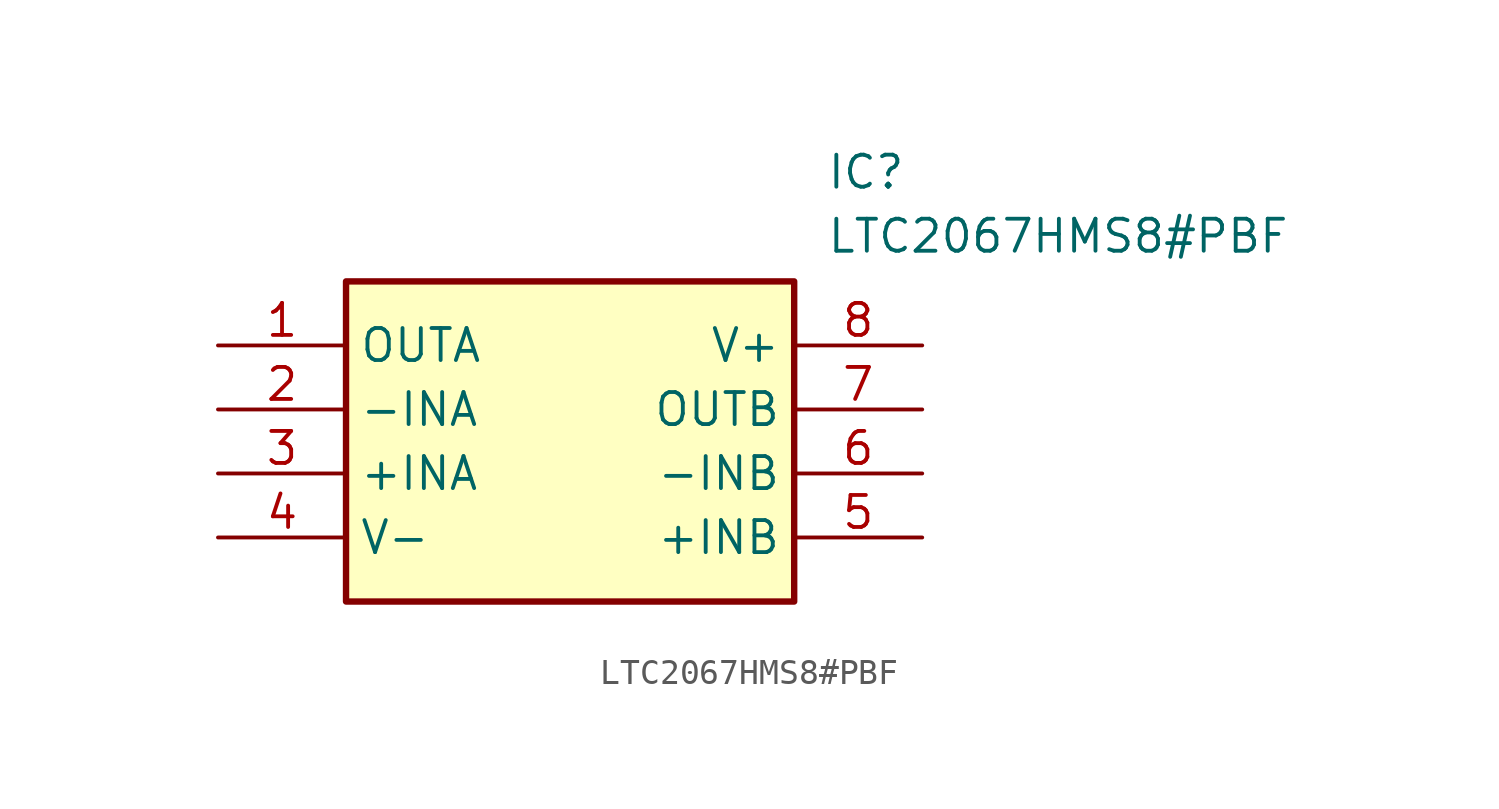
<source format=kicad_sym>
(kicad_symbol_lib
  (version 20211014)
  (generator SamacSys_ECAD_Model)
  (symbol "LTC2067HMS8#PBF"
    (property "Reference" "IC"
      (at 24.13 7.62 0)
      (effects (font (size 1.27 1.27)) (justify left top)))
    (property "Value" "LTC2067HMS8#PBF"
      (at 24.13 5.08 0)
      (effects (font (size 1.27 1.27)) (justify left top)))
    (rectangle
      (start 5.08 2.54)
      (end 22.86 -10.16)
      (stroke (width 0.254) (type default))
      (fill (type background)))
    (pin passive line
      (at 0 0 0)
      (length 5.08)
      (name "OUTA" (effects (font (size 1.27 1.27))))
      (number "1" (effects (font (size 1.27 1.27)))))
    (pin passive line
      (at 0 -2.54 0)
      (length 5.08)
      (name "-INA" (effects (font (size 1.27 1.27))))
      (number "2" (effects (font (size 1.27 1.27)))))
    (pin passive line
      (at 0 -5.08 0)
      (length 5.08)
      (name "+INA" (effects (font (size 1.27 1.27))))
      (number "3" (effects (font (size 1.27 1.27)))))
    (pin passive line
      (at 0 -7.62 0)
      (length 5.08)
      (name "V-" (effects (font (size 1.27 1.27))))
      (number "4" (effects (font (size 1.27 1.27)))))
    (pin passive line
      (at 27.94 0 180)
      (length 5.08)
      (name "V+" (effects (font (size 1.27 1.27))))
      (number "8" (effects (font (size 1.27 1.27)))))
    (pin passive line
      (at 27.94 -2.54 180)
      (length 5.08)
      (name "OUTB" (effects (font (size 1.27 1.27))))
      (number "7" (effects (font (size 1.27 1.27)))))
    (pin passive line
      (at 27.94 -5.08 180)
      (length 5.08)
      (name "-INB" (effects (font (size 1.27 1.27))))
      (number "6" (effects (font (size 1.27 1.27)))))
    (pin passive line
      (at 27.94 -7.62 180)
      (length 5.08)
      (name "+INB" (effects (font (size 1.27 1.27))))
      (number "5" (effects (font (size 1.27 1.27)))))))
</source>
